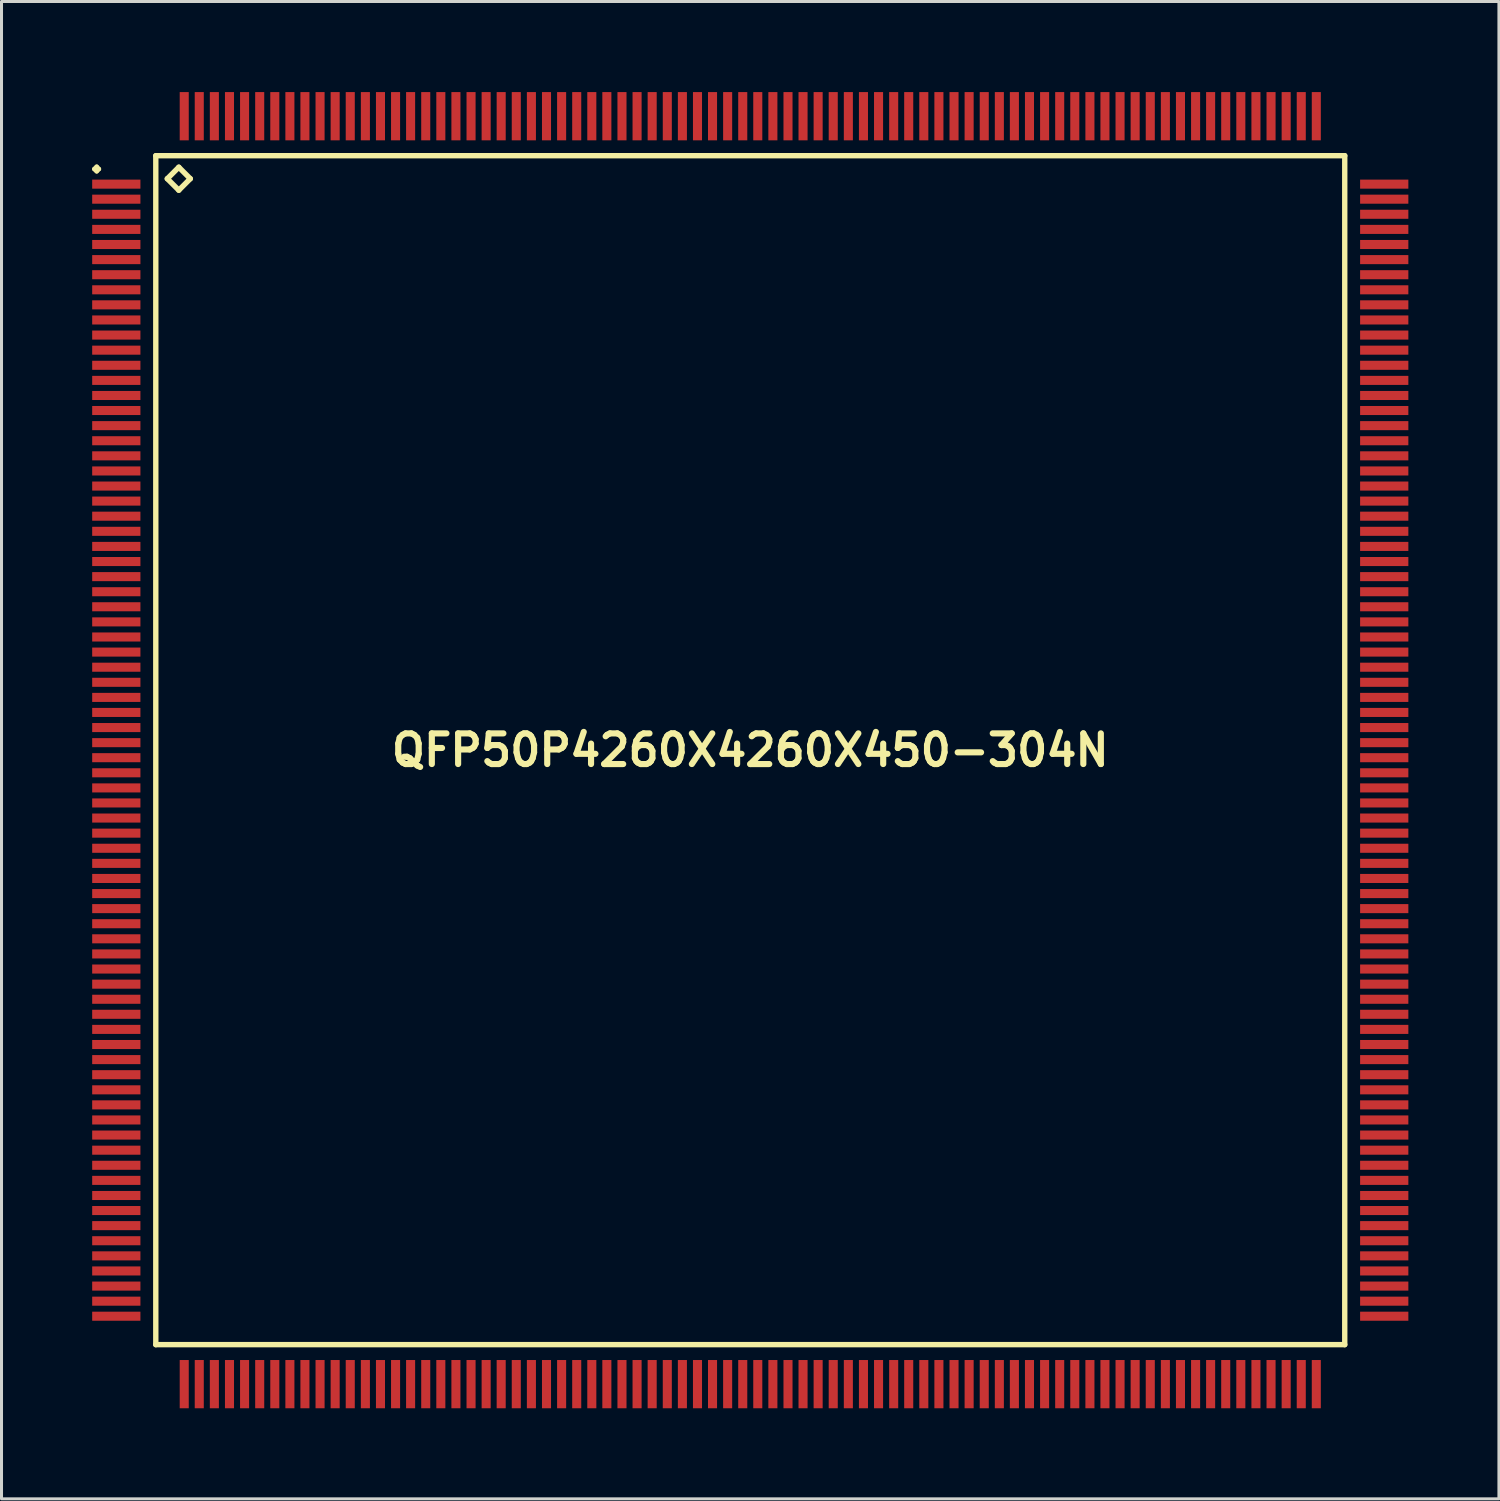
<source format=kicad_pcb>
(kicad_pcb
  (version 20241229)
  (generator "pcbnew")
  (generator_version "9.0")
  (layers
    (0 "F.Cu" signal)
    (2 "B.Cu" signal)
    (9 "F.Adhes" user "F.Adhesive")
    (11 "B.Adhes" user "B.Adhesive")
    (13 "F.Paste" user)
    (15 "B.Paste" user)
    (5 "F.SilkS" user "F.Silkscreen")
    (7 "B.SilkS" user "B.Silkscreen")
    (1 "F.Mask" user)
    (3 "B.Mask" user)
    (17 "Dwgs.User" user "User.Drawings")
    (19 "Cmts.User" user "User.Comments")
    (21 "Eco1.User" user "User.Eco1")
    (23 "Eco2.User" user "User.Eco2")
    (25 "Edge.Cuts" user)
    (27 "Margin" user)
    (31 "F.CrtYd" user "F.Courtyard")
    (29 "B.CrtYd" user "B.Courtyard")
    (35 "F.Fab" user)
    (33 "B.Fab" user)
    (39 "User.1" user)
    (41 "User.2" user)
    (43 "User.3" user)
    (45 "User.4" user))
  (footprint "QFP50P4260X4260X450-304N"
    (layer "F.Cu")
    (at 21.8 21.797)
    (property "Reference" "QFP50P4260X4260X450-304N" (at 0 0 0) (layer "F.SilkS") (effects (font (size 1.016 1.016) (thickness 0.203))))
    (attr smd)
    (fp_line (start -21.725 -19.248) (end -21.648 -19.324) (stroke (width 0.15) (type solid)) (layer "F.SilkS"))
    (fp_line (start -21.648 -19.324) (end -21.575 -19.248) (stroke (width 0.15) (type solid)) (layer "F.SilkS"))
    (fp_line (start -21.648 -19.174) (end -21.725 -19.248) (stroke (width 0.15) (type solid)) (layer "F.SilkS"))
    (fp_line (start -21.575 -19.248) (end -21.648 -19.174) (stroke (width 0.15) (type solid)) (layer "F.SilkS"))
    (fp_line (start -19.69 -19.69) (end -19.69 19.69) (stroke (width 0.178) (type solid)) (layer "F.SilkS"))
    (fp_line (start -19.69 19.69) (end 19.69 19.69) (stroke (width 0.178) (type solid)) (layer "F.SilkS"))
    (fp_line (start -19.309 -18.928) (end -18.928 -19.309) (stroke (width 0.178) (type solid)) (layer "F.SilkS"))
    (fp_line (start -18.928 -19.309) (end -18.547 -18.928) (stroke (width 0.178) (type solid)) (layer "F.SilkS"))
    (fp_line (start -18.928 -18.547) (end -19.309 -18.928) (stroke (width 0.178) (type solid)) (layer "F.SilkS"))
    (fp_line (start -18.547 -18.928) (end -18.928 -18.547) (stroke (width 0.178) (type solid)) (layer "F.SilkS"))
    (fp_line (start 19.69 -19.69) (end -19.69 -19.69) (stroke (width 0.178) (type solid)) (layer "F.SilkS"))
    (fp_line (start 19.69 19.69) (end 19.69 -19.69) (stroke (width 0.178) (type solid)) (layer "F.SilkS"))
    (pad "1" smd rect (at -20.998 -18.748) (size 1.598 0.3) (layers "F.Cu" "F.Mask" "F.Paste"))
    (pad "2" smd rect (at -20.998 -18.25) (size 1.598 0.3) (layers "F.Cu" "F.Mask" "F.Paste"))
    (pad "3" smd rect (at -20.998 -17.75) (size 1.598 0.3) (layers "F.Cu" "F.Mask" "F.Paste"))
    (pad "4" smd rect (at -20.998 -17.249) (size 1.598 0.3) (layers "F.Cu" "F.Mask" "F.Paste"))
    (pad "5" smd rect (at -20.998 -16.749) (size 1.598 0.3) (layers "F.Cu" "F.Mask" "F.Paste"))
    (pad "6" smd rect (at -20.998 -16.248) (size 1.598 0.3) (layers "F.Cu" "F.Mask" "F.Paste"))
    (pad "7" smd rect (at -20.998 -15.748) (size 1.598 0.3) (layers "F.Cu" "F.Mask" "F.Paste"))
    (pad "8" smd rect (at -20.998 -15.248) (size 1.598 0.3) (layers "F.Cu" "F.Mask" "F.Paste"))
    (pad "9" smd rect (at -20.998 -14.75) (size 1.598 0.3) (layers "F.Cu" "F.Mask" "F.Paste"))
    (pad "10" smd rect (at -20.998 -14.249) (size 1.598 0.3) (layers "F.Cu" "F.Mask" "F.Paste"))
    (pad "11" smd rect (at -20.998 -13.749) (size 1.598 0.3) (layers "F.Cu" "F.Mask" "F.Paste"))
    (pad "12" smd rect (at -20.998 -13.249) (size 1.598 0.3) (layers "F.Cu" "F.Mask" "F.Paste"))
    (pad "13" smd rect (at -20.998 -12.748) (size 1.598 0.3) (layers "F.Cu" "F.Mask" "F.Paste"))
    (pad "14" smd rect (at -20.998 -12.248) (size 1.598 0.3) (layers "F.Cu" "F.Mask" "F.Paste"))
    (pad "15" smd rect (at -20.998 -11.748) (size 1.598 0.3) (layers "F.Cu" "F.Mask" "F.Paste"))
    (pad "16" smd rect (at -20.998 -11.25) (size 1.598 0.3) (layers "F.Cu" "F.Mask" "F.Paste"))
    (pad "17" smd rect (at -20.998 -10.749) (size 1.598 0.3) (layers "F.Cu" "F.Mask" "F.Paste"))
    (pad "18" smd rect (at -20.998 -10.249) (size 1.598 0.3) (layers "F.Cu" "F.Mask" "F.Paste"))
    (pad "19" smd rect (at -20.998 -9.749) (size 1.598 0.3) (layers "F.Cu" "F.Mask" "F.Paste"))
    (pad "20" smd rect (at -20.998 -9.248) (size 1.598 0.3) (layers "F.Cu" "F.Mask" "F.Paste"))
    (pad "21" smd rect (at -20.998 -8.748) (size 1.598 0.3) (layers "F.Cu" "F.Mask" "F.Paste"))
    (pad "22" smd rect (at -20.998 -8.25) (size 1.598 0.3) (layers "F.Cu" "F.Mask" "F.Paste"))
    (pad "23" smd rect (at -20.998 -7.75) (size 1.598 0.3) (layers "F.Cu" "F.Mask" "F.Paste"))
    (pad "24" smd rect (at -20.998 -7.249) (size 1.598 0.3) (layers "F.Cu" "F.Mask" "F.Paste"))
    (pad "25" smd rect (at -20.998 -6.749) (size 1.598 0.3) (layers "F.Cu" "F.Mask" "F.Paste"))
    (pad "26" smd rect (at -20.998 -6.248) (size 1.598 0.3) (layers "F.Cu" "F.Mask" "F.Paste"))
    (pad "27" smd rect (at -20.998 -5.748) (size 1.598 0.3) (layers "F.Cu" "F.Mask" "F.Paste"))
    (pad "28" smd rect (at -20.998 -5.248) (size 1.598 0.3) (layers "F.Cu" "F.Mask" "F.Paste"))
    (pad "29" smd rect (at -20.998 -4.75) (size 1.598 0.3) (layers "F.Cu" "F.Mask" "F.Paste"))
    (pad "30" smd rect (at -20.998 -4.249) (size 1.598 0.3) (layers "F.Cu" "F.Mask" "F.Paste"))
    (pad "31" smd rect (at -20.998 -3.749) (size 1.598 0.3) (layers "F.Cu" "F.Mask" "F.Paste"))
    (pad "32" smd rect (at -20.998 -3.249) (size 1.598 0.3) (layers "F.Cu" "F.Mask" "F.Paste"))
    (pad "33" smd rect (at -20.998 -2.748) (size 1.598 0.3) (layers "F.Cu" "F.Mask" "F.Paste"))
    (pad "34" smd rect (at -20.998 -2.248) (size 1.598 0.3) (layers "F.Cu" "F.Mask" "F.Paste"))
    (pad "35" smd rect (at -20.998 -1.748) (size 1.598 0.3) (layers "F.Cu" "F.Mask" "F.Paste"))
    (pad "36" smd rect (at -20.998 -1.25) (size 1.598 0.3) (layers "F.Cu" "F.Mask" "F.Paste"))
    (pad "37" smd rect (at -20.998 -0.749) (size 1.598 0.3) (layers "F.Cu" "F.Mask" "F.Paste"))
    (pad "38" smd rect (at -20.998 -0.249) (size 1.598 0.3) (layers "F.Cu" "F.Mask" "F.Paste"))
    (pad "39" smd rect (at -20.998 0.249) (size 1.598 0.3) (layers "F.Cu" "F.Mask" "F.Paste"))
    (pad "40" smd rect (at -20.998 0.749) (size 1.598 0.3) (layers "F.Cu" "F.Mask" "F.Paste"))
    (pad "41" smd rect (at -20.998 1.25) (size 1.598 0.3) (layers "F.Cu" "F.Mask" "F.Paste"))
    (pad "42" smd rect (at -20.998 1.748) (size 1.598 0.3) (layers "F.Cu" "F.Mask" "F.Paste"))
    (pad "43" smd rect (at -20.998 2.248) (size 1.598 0.3) (layers "F.Cu" "F.Mask" "F.Paste"))
    (pad "44" smd rect (at -20.998 2.748) (size 1.598 0.3) (layers "F.Cu" "F.Mask" "F.Paste"))
    (pad "45" smd rect (at -20.998 3.249) (size 1.598 0.3) (layers "F.Cu" "F.Mask" "F.Paste"))
    (pad "46" smd rect (at -20.998 3.749) (size 1.598 0.3) (layers "F.Cu" "F.Mask" "F.Paste"))
    (pad "47" smd rect (at -20.998 4.249) (size 1.598 0.3) (layers "F.Cu" "F.Mask" "F.Paste"))
    (pad "48" smd rect (at -20.998 4.75) (size 1.598 0.3) (layers "F.Cu" "F.Mask" "F.Paste"))
    (pad "49" smd rect (at -20.998 5.248) (size 1.598 0.3) (layers "F.Cu" "F.Mask" "F.Paste"))
    (pad "50" smd rect (at -20.998 5.748) (size 1.598 0.3) (layers "F.Cu" "F.Mask" "F.Paste"))
    (pad "51" smd rect (at -20.998 6.248) (size 1.598 0.3) (layers "F.Cu" "F.Mask" "F.Paste"))
    (pad "52" smd rect (at -20.998 6.749) (size 1.598 0.3) (layers "F.Cu" "F.Mask" "F.Paste"))
    (pad "53" smd rect (at -20.998 7.249) (size 1.598 0.3) (layers "F.Cu" "F.Mask" "F.Paste"))
    (pad "54" smd rect (at -20.998 7.75) (size 1.598 0.3) (layers "F.Cu" "F.Mask" "F.Paste"))
    (pad "55" smd rect (at -20.998 8.25) (size 1.598 0.3) (layers "F.Cu" "F.Mask" "F.Paste"))
    (pad "56" smd rect (at -20.998 8.748) (size 1.598 0.3) (layers "F.Cu" "F.Mask" "F.Paste"))
    (pad "57" smd rect (at -20.998 9.248) (size 1.598 0.3) (layers "F.Cu" "F.Mask" "F.Paste"))
    (pad "58" smd rect (at -20.998 9.749) (size 1.598 0.3) (layers "F.Cu" "F.Mask" "F.Paste"))
    (pad "59" smd rect (at -20.998 10.249) (size 1.598 0.3) (layers "F.Cu" "F.Mask" "F.Paste"))
    (pad "60" smd rect (at -20.998 10.749) (size 1.598 0.3) (layers "F.Cu" "F.Mask" "F.Paste"))
    (pad "61" smd rect (at -20.998 11.25) (size 1.598 0.3) (layers "F.Cu" "F.Mask" "F.Paste"))
    (pad "62" smd rect (at -20.998 11.748) (size 1.598 0.3) (layers "F.Cu" "F.Mask" "F.Paste"))
    (pad "63" smd rect (at -20.998 12.248) (size 1.598 0.3) (layers "F.Cu" "F.Mask" "F.Paste"))
    (pad "64" smd rect (at -20.998 12.748) (size 1.598 0.3) (layers "F.Cu" "F.Mask" "F.Paste"))
    (pad "65" smd rect (at -20.998 13.249) (size 1.598 0.3) (layers "F.Cu" "F.Mask" "F.Paste"))
    (pad "66" smd rect (at -20.998 13.749) (size 1.598 0.3) (layers "F.Cu" "F.Mask" "F.Paste"))
    (pad "67" smd rect (at -20.998 14.249) (size 1.598 0.3) (layers "F.Cu" "F.Mask" "F.Paste"))
    (pad "68" smd rect (at -20.998 14.75) (size 1.598 0.3) (layers "F.Cu" "F.Mask" "F.Paste"))
    (pad "69" smd rect (at -20.998 15.248) (size 1.598 0.3) (layers "F.Cu" "F.Mask" "F.Paste"))
    (pad "70" smd rect (at -20.998 15.748) (size 1.598 0.3) (layers "F.Cu" "F.Mask" "F.Paste"))
    (pad "71" smd rect (at -20.998 16.248) (size 1.598 0.3) (layers "F.Cu" "F.Mask" "F.Paste"))
    (pad "72" smd rect (at -20.998 16.749) (size 1.598 0.3) (layers "F.Cu" "F.Mask" "F.Paste"))
    (pad "73" smd rect (at -20.998 17.249) (size 1.598 0.3) (layers "F.Cu" "F.Mask" "F.Paste"))
    (pad "74" smd rect (at -20.998 17.75) (size 1.598 0.3) (layers "F.Cu" "F.Mask" "F.Paste"))
    (pad "75" smd rect (at -20.998 18.25) (size 1.598 0.3) (layers "F.Cu" "F.Mask" "F.Paste"))
    (pad "76" smd rect (at -20.998 18.748) (size 1.598 0.3) (layers "F.Cu" "F.Mask" "F.Paste"))
    (pad "77" smd rect (at -18.748 20.998) (size 0.3 1.598) (layers "F.Cu" "F.Mask" "F.Paste"))
    (pad "78" smd rect (at -18.25 20.998) (size 0.3 1.598) (layers "F.Cu" "F.Mask" "F.Paste"))
    (pad "79" smd rect (at -17.75 20.998) (size 0.3 1.598) (layers "F.Cu" "F.Mask" "F.Paste"))
    (pad "80" smd rect (at -17.249 20.998) (size 0.3 1.598) (layers "F.Cu" "F.Mask" "F.Paste"))
    (pad "81" smd rect (at -16.749 20.998) (size 0.3 1.598) (layers "F.Cu" "F.Mask" "F.Paste"))
    (pad "82" smd rect (at -16.248 20.998) (size 0.3 1.598) (layers "F.Cu" "F.Mask" "F.Paste"))
    (pad "83" smd rect (at -15.748 20.998) (size 0.3 1.598) (layers "F.Cu" "F.Mask" "F.Paste"))
    (pad "84" smd rect (at -15.248 20.998) (size 0.3 1.598) (layers "F.Cu" "F.Mask" "F.Paste"))
    (pad "85" smd rect (at -14.75 20.998) (size 0.3 1.598) (layers "F.Cu" "F.Mask" "F.Paste"))
    (pad "86" smd rect (at -14.249 20.998) (size 0.3 1.598) (layers "F.Cu" "F.Mask" "F.Paste"))
    (pad "87" smd rect (at -13.749 20.998) (size 0.3 1.598) (layers "F.Cu" "F.Mask" "F.Paste"))
    (pad "88" smd rect (at -13.249 20.998) (size 0.3 1.598) (layers "F.Cu" "F.Mask" "F.Paste"))
    (pad "89" smd rect (at -12.748 20.998) (size 0.3 1.598) (layers "F.Cu" "F.Mask" "F.Paste"))
    (pad "90" smd rect (at -12.248 20.998) (size 0.3 1.598) (layers "F.Cu" "F.Mask" "F.Paste"))
    (pad "91" smd rect (at -11.748 20.998) (size 0.3 1.598) (layers "F.Cu" "F.Mask" "F.Paste"))
    (pad "92" smd rect (at -11.25 20.998) (size 0.3 1.598) (layers "F.Cu" "F.Mask" "F.Paste"))
    (pad "93" smd rect (at -10.749 20.998) (size 0.3 1.598) (layers "F.Cu" "F.Mask" "F.Paste"))
    (pad "94" smd rect (at -10.249 20.998) (size 0.3 1.598) (layers "F.Cu" "F.Mask" "F.Paste"))
    (pad "95" smd rect (at -9.749 20.998) (size 0.3 1.598) (layers "F.Cu" "F.Mask" "F.Paste"))
    (pad "96" smd rect (at -9.248 20.998) (size 0.3 1.598) (layers "F.Cu" "F.Mask" "F.Paste"))
    (pad "97" smd rect (at -8.748 20.998) (size 0.3 1.598) (layers "F.Cu" "F.Mask" "F.Paste"))
    (pad "98" smd rect (at -8.25 20.998) (size 0.3 1.598) (layers "F.Cu" "F.Mask" "F.Paste"))
    (pad "99" smd rect (at -7.75 20.998) (size 0.3 1.598) (layers "F.Cu" "F.Mask" "F.Paste"))
    (pad "100" smd rect (at -7.249 20.998) (size 0.3 1.598) (layers "F.Cu" "F.Mask" "F.Paste"))
    (pad "101" smd rect (at -6.749 20.998) (size 0.3 1.598) (layers "F.Cu" "F.Mask" "F.Paste"))
    (pad "102" smd rect (at -6.248 20.998) (size 0.3 1.598) (layers "F.Cu" "F.Mask" "F.Paste"))
    (pad "103" smd rect (at -5.748 20.998) (size 0.3 1.598) (layers "F.Cu" "F.Mask" "F.Paste"))
    (pad "104" smd rect (at -5.248 20.998) (size 0.3 1.598) (layers "F.Cu" "F.Mask" "F.Paste"))
    (pad "105" smd rect (at -4.75 20.998) (size 0.3 1.598) (layers "F.Cu" "F.Mask" "F.Paste"))
    (pad "106" smd rect (at -4.249 20.998) (size 0.3 1.598) (layers "F.Cu" "F.Mask" "F.Paste"))
    (pad "107" smd rect (at -3.749 20.998) (size 0.3 1.598) (layers "F.Cu" "F.Mask" "F.Paste"))
    (pad "108" smd rect (at -3.249 20.998) (size 0.3 1.598) (layers "F.Cu" "F.Mask" "F.Paste"))
    (pad "109" smd rect (at -2.748 20.998) (size 0.3 1.598) (layers "F.Cu" "F.Mask" "F.Paste"))
    (pad "110" smd rect (at -2.248 20.998) (size 0.3 1.598) (layers "F.Cu" "F.Mask" "F.Paste"))
    (pad "111" smd rect (at -1.748 20.998) (size 0.3 1.598) (layers "F.Cu" "F.Mask" "F.Paste"))
    (pad "112" smd rect (at -1.25 20.998) (size 0.3 1.598) (layers "F.Cu" "F.Mask" "F.Paste"))
    (pad "113" smd rect (at -0.749 20.998) (size 0.3 1.598) (layers "F.Cu" "F.Mask" "F.Paste"))
    (pad "114" smd rect (at -0.249 20.998) (size 0.3 1.598) (layers "F.Cu" "F.Mask" "F.Paste"))
    (pad "115" smd rect (at 0.249 20.998) (size 0.3 1.598) (layers "F.Cu" "F.Mask" "F.Paste"))
    (pad "116" smd rect (at 0.749 20.998) (size 0.3 1.598) (layers "F.Cu" "F.Mask" "F.Paste"))
    (pad "117" smd rect (at 1.25 20.998) (size 0.3 1.598) (layers "F.Cu" "F.Mask" "F.Paste"))
    (pad "118" smd rect (at 1.748 20.998) (size 0.3 1.598) (layers "F.Cu" "F.Mask" "F.Paste"))
    (pad "119" smd rect (at 2.248 20.998) (size 0.3 1.598) (layers "F.Cu" "F.Mask" "F.Paste"))
    (pad "120" smd rect (at 2.748 20.998) (size 0.3 1.598) (layers "F.Cu" "F.Mask" "F.Paste"))
    (pad "121" smd rect (at 3.249 20.998) (size 0.3 1.598) (layers "F.Cu" "F.Mask" "F.Paste"))
    (pad "122" smd rect (at 3.749 20.998) (size 0.3 1.598) (layers "F.Cu" "F.Mask" "F.Paste"))
    (pad "123" smd rect (at 4.249 20.998) (size 0.3 1.598) (layers "F.Cu" "F.Mask" "F.Paste"))
    (pad "124" smd rect (at 4.75 20.998) (size 0.3 1.598) (layers "F.Cu" "F.Mask" "F.Paste"))
    (pad "125" smd rect (at 5.248 20.998) (size 0.3 1.598) (layers "F.Cu" "F.Mask" "F.Paste"))
    (pad "126" smd rect (at 5.748 20.998) (size 0.3 1.598) (layers "F.Cu" "F.Mask" "F.Paste"))
    (pad "127" smd rect (at 6.248 20.998) (size 0.3 1.598) (layers "F.Cu" "F.Mask" "F.Paste"))
    (pad "128" smd rect (at 6.749 20.998) (size 0.3 1.598) (layers "F.Cu" "F.Mask" "F.Paste"))
    (pad "129" smd rect (at 7.249 20.998) (size 0.3 1.598) (layers "F.Cu" "F.Mask" "F.Paste"))
    (pad "130" smd rect (at 7.75 20.998) (size 0.3 1.598) (layers "F.Cu" "F.Mask" "F.Paste"))
    (pad "131" smd rect (at 8.25 20.998) (size 0.3 1.598) (layers "F.Cu" "F.Mask" "F.Paste"))
    (pad "132" smd rect (at 8.748 20.998) (size 0.3 1.598) (layers "F.Cu" "F.Mask" "F.Paste"))
    (pad "133" smd rect (at 9.248 20.998) (size 0.3 1.598) (layers "F.Cu" "F.Mask" "F.Paste"))
    (pad "134" smd rect (at 9.749 20.998) (size 0.3 1.598) (layers "F.Cu" "F.Mask" "F.Paste"))
    (pad "135" smd rect (at 10.249 20.998) (size 0.3 1.598) (layers "F.Cu" "F.Mask" "F.Paste"))
    (pad "136" smd rect (at 10.749 20.998) (size 0.3 1.598) (layers "F.Cu" "F.Mask" "F.Paste"))
    (pad "137" smd rect (at 11.25 20.998) (size 0.3 1.598) (layers "F.Cu" "F.Mask" "F.Paste"))
    (pad "138" smd rect (at 11.748 20.998) (size 0.3 1.598) (layers "F.Cu" "F.Mask" "F.Paste"))
    (pad "139" smd rect (at 12.248 20.998) (size 0.3 1.598) (layers "F.Cu" "F.Mask" "F.Paste"))
    (pad "140" smd rect (at 12.748 20.998) (size 0.3 1.598) (layers "F.Cu" "F.Mask" "F.Paste"))
    (pad "141" smd rect (at 13.249 20.998) (size 0.3 1.598) (layers "F.Cu" "F.Mask" "F.Paste"))
    (pad "142" smd rect (at 13.749 20.998) (size 0.3 1.598) (layers "F.Cu" "F.Mask" "F.Paste"))
    (pad "143" smd rect (at 14.249 20.998) (size 0.3 1.598) (layers "F.Cu" "F.Mask" "F.Paste"))
    (pad "144" smd rect (at 14.75 20.998) (size 0.3 1.598) (layers "F.Cu" "F.Mask" "F.Paste"))
    (pad "145" smd rect (at 15.248 20.998) (size 0.3 1.598) (layers "F.Cu" "F.Mask" "F.Paste"))
    (pad "146" smd rect (at 15.748 20.998) (size 0.3 1.598) (layers "F.Cu" "F.Mask" "F.Paste"))
    (pad "147" smd rect (at 16.248 20.998) (size 0.3 1.598) (layers "F.Cu" "F.Mask" "F.Paste"))
    (pad "148" smd rect (at 16.749 20.998) (size 0.3 1.598) (layers "F.Cu" "F.Mask" "F.Paste"))
    (pad "149" smd rect (at 17.249 20.998) (size 0.3 1.598) (layers "F.Cu" "F.Mask" "F.Paste"))
    (pad "150" smd rect (at 17.75 20.998) (size 0.3 1.598) (layers "F.Cu" "F.Mask" "F.Paste"))
    (pad "151" smd rect (at 18.25 20.998) (size 0.3 1.598) (layers "F.Cu" "F.Mask" "F.Paste"))
    (pad "152" smd rect (at 18.748 20.998) (size 0.3 1.598) (layers "F.Cu" "F.Mask" "F.Paste"))
    (pad "153" smd rect (at 20.998 18.748) (size 1.598 0.3) (layers "F.Cu" "F.Mask" "F.Paste"))
    (pad "154" smd rect (at 20.998 18.25) (size 1.598 0.3) (layers "F.Cu" "F.Mask" "F.Paste"))
    (pad "155" smd rect (at 20.998 17.75) (size 1.598 0.3) (layers "F.Cu" "F.Mask" "F.Paste"))
    (pad "156" smd rect (at 20.998 17.249) (size 1.598 0.3) (layers "F.Cu" "F.Mask" "F.Paste"))
    (pad "157" smd rect (at 20.998 16.749) (size 1.598 0.3) (layers "F.Cu" "F.Mask" "F.Paste"))
    (pad "158" smd rect (at 20.998 16.248) (size 1.598 0.3) (layers "F.Cu" "F.Mask" "F.Paste"))
    (pad "159" smd rect (at 20.998 15.748) (size 1.598 0.3) (layers "F.Cu" "F.Mask" "F.Paste"))
    (pad "160" smd rect (at 20.998 15.248) (size 1.598 0.3) (layers "F.Cu" "F.Mask" "F.Paste"))
    (pad "161" smd rect (at 20.998 14.75) (size 1.598 0.3) (layers "F.Cu" "F.Mask" "F.Paste"))
    (pad "162" smd rect (at 20.998 14.249) (size 1.598 0.3) (layers "F.Cu" "F.Mask" "F.Paste"))
    (pad "163" smd rect (at 20.998 13.749) (size 1.598 0.3) (layers "F.Cu" "F.Mask" "F.Paste"))
    (pad "164" smd rect (at 20.998 13.249) (size 1.598 0.3) (layers "F.Cu" "F.Mask" "F.Paste"))
    (pad "165" smd rect (at 20.998 12.748) (size 1.598 0.3) (layers "F.Cu" "F.Mask" "F.Paste"))
    (pad "166" smd rect (at 20.998 12.248) (size 1.598 0.3) (layers "F.Cu" "F.Mask" "F.Paste"))
    (pad "167" smd rect (at 20.998 11.748) (size 1.598 0.3) (layers "F.Cu" "F.Mask" "F.Paste"))
    (pad "168" smd rect (at 20.998 11.25) (size 1.598 0.3) (layers "F.Cu" "F.Mask" "F.Paste"))
    (pad "169" smd rect (at 20.998 10.749) (size 1.598 0.3) (layers "F.Cu" "F.Mask" "F.Paste"))
    (pad "170" smd rect (at 20.998 10.249) (size 1.598 0.3) (layers "F.Cu" "F.Mask" "F.Paste"))
    (pad "171" smd rect (at 20.998 9.749) (size 1.598 0.3) (layers "F.Cu" "F.Mask" "F.Paste"))
    (pad "172" smd rect (at 20.998 9.248) (size 1.598 0.3) (layers "F.Cu" "F.Mask" "F.Paste"))
    (pad "173" smd rect (at 20.998 8.748) (size 1.598 0.3) (layers "F.Cu" "F.Mask" "F.Paste"))
    (pad "174" smd rect (at 20.998 8.25) (size 1.598 0.3) (layers "F.Cu" "F.Mask" "F.Paste"))
    (pad "175" smd rect (at 20.998 7.75) (size 1.598 0.3) (layers "F.Cu" "F.Mask" "F.Paste"))
    (pad "176" smd rect (at 20.998 7.249) (size 1.598 0.3) (layers "F.Cu" "F.Mask" "F.Paste"))
    (pad "177" smd rect (at 20.998 6.749) (size 1.598 0.3) (layers "F.Cu" "F.Mask" "F.Paste"))
    (pad "178" smd rect (at 20.998 6.248) (size 1.598 0.3) (layers "F.Cu" "F.Mask" "F.Paste"))
    (pad "179" smd rect (at 20.998 5.748) (size 1.598 0.3) (layers "F.Cu" "F.Mask" "F.Paste"))
    (pad "180" smd rect (at 20.998 5.248) (size 1.598 0.3) (layers "F.Cu" "F.Mask" "F.Paste"))
    (pad "181" smd rect (at 20.998 4.75) (size 1.598 0.3) (layers "F.Cu" "F.Mask" "F.Paste"))
    (pad "182" smd rect (at 20.998 4.249) (size 1.598 0.3) (layers "F.Cu" "F.Mask" "F.Paste"))
    (pad "183" smd rect (at 20.998 3.749) (size 1.598 0.3) (layers "F.Cu" "F.Mask" "F.Paste"))
    (pad "184" smd rect (at 20.998 3.249) (size 1.598 0.3) (layers "F.Cu" "F.Mask" "F.Paste"))
    (pad "185" smd rect (at 20.998 2.748) (size 1.598 0.3) (layers "F.Cu" "F.Mask" "F.Paste"))
    (pad "186" smd rect (at 20.998 2.248) (size 1.598 0.3) (layers "F.Cu" "F.Mask" "F.Paste"))
    (pad "187" smd rect (at 20.998 1.748) (size 1.598 0.3) (layers "F.Cu" "F.Mask" "F.Paste"))
    (pad "188" smd rect (at 20.998 1.25) (size 1.598 0.3) (layers "F.Cu" "F.Mask" "F.Paste"))
    (pad "189" smd rect (at 20.998 0.749) (size 1.598 0.3) (layers "F.Cu" "F.Mask" "F.Paste"))
    (pad "190" smd rect (at 20.998 0.249) (size 1.598 0.3) (layers "F.Cu" "F.Mask" "F.Paste"))
    (pad "191" smd rect (at 20.998 -0.249) (size 1.598 0.3) (layers "F.Cu" "F.Mask" "F.Paste"))
    (pad "192" smd rect (at 20.998 -0.749) (size 1.598 0.3) (layers "F.Cu" "F.Mask" "F.Paste"))
    (pad "193" smd rect (at 20.998 -1.25) (size 1.598 0.3) (layers "F.Cu" "F.Mask" "F.Paste"))
    (pad "194" smd rect (at 20.998 -1.748) (size 1.598 0.3) (layers "F.Cu" "F.Mask" "F.Paste"))
    (pad "195" smd rect (at 20.998 -2.248) (size 1.598 0.3) (layers "F.Cu" "F.Mask" "F.Paste"))
    (pad "196" smd rect (at 20.998 -2.748) (size 1.598 0.3) (layers "F.Cu" "F.Mask" "F.Paste"))
    (pad "197" smd rect (at 20.998 -3.249) (size 1.598 0.3) (layers "F.Cu" "F.Mask" "F.Paste"))
    (pad "198" smd rect (at 20.998 -3.749) (size 1.598 0.3) (layers "F.Cu" "F.Mask" "F.Paste"))
    (pad "199" smd rect (at 20.998 -4.249) (size 1.598 0.3) (layers "F.Cu" "F.Mask" "F.Paste"))
    (pad "200" smd rect (at 20.998 -4.75) (size 1.598 0.3) (layers "F.Cu" "F.Mask" "F.Paste"))
    (pad "201" smd rect (at 20.998 -5.248) (size 1.598 0.3) (layers "F.Cu" "F.Mask" "F.Paste"))
    (pad "202" smd rect (at 20.998 -5.748) (size 1.598 0.3) (layers "F.Cu" "F.Mask" "F.Paste"))
    (pad "203" smd rect (at 20.998 -6.248) (size 1.598 0.3) (layers "F.Cu" "F.Mask" "F.Paste"))
    (pad "204" smd rect (at 20.998 -6.749) (size 1.598 0.3) (layers "F.Cu" "F.Mask" "F.Paste"))
    (pad "205" smd rect (at 20.998 -7.249) (size 1.598 0.3) (layers "F.Cu" "F.Mask" "F.Paste"))
    (pad "206" smd rect (at 20.998 -7.75) (size 1.598 0.3) (layers "F.Cu" "F.Mask" "F.Paste"))
    (pad "207" smd rect (at 20.998 -8.25) (size 1.598 0.3) (layers "F.Cu" "F.Mask" "F.Paste"))
    (pad "208" smd rect (at 20.998 -8.748) (size 1.598 0.3) (layers "F.Cu" "F.Mask" "F.Paste"))
    (pad "209" smd rect (at 20.998 -9.248) (size 1.598 0.3) (layers "F.Cu" "F.Mask" "F.Paste"))
    (pad "210" smd rect (at 20.998 -9.749) (size 1.598 0.3) (layers "F.Cu" "F.Mask" "F.Paste"))
    (pad "211" smd rect (at 20.998 -10.249) (size 1.598 0.3) (layers "F.Cu" "F.Mask" "F.Paste"))
    (pad "212" smd rect (at 20.998 -10.749) (size 1.598 0.3) (layers "F.Cu" "F.Mask" "F.Paste"))
    (pad "213" smd rect (at 20.998 -11.25) (size 1.598 0.3) (layers "F.Cu" "F.Mask" "F.Paste"))
    (pad "214" smd rect (at 20.998 -11.748) (size 1.598 0.3) (layers "F.Cu" "F.Mask" "F.Paste"))
    (pad "215" smd rect (at 20.998 -12.248) (size 1.598 0.3) (layers "F.Cu" "F.Mask" "F.Paste"))
    (pad "216" smd rect (at 20.998 -12.748) (size 1.598 0.3) (layers "F.Cu" "F.Mask" "F.Paste"))
    (pad "217" smd rect (at 20.998 -13.249) (size 1.598 0.3) (layers "F.Cu" "F.Mask" "F.Paste"))
    (pad "218" smd rect (at 20.998 -13.749) (size 1.598 0.3) (layers "F.Cu" "F.Mask" "F.Paste"))
    (pad "219" smd rect (at 20.998 -14.249) (size 1.598 0.3) (layers "F.Cu" "F.Mask" "F.Paste"))
    (pad "220" smd rect (at 20.998 -14.75) (size 1.598 0.3) (layers "F.Cu" "F.Mask" "F.Paste"))
    (pad "221" smd rect (at 20.998 -15.248) (size 1.598 0.3) (layers "F.Cu" "F.Mask" "F.Paste"))
    (pad "222" smd rect (at 20.998 -15.748) (size 1.598 0.3) (layers "F.Cu" "F.Mask" "F.Paste"))
    (pad "223" smd rect (at 20.998 -16.248) (size 1.598 0.3) (layers "F.Cu" "F.Mask" "F.Paste"))
    (pad "224" smd rect (at 20.998 -16.749) (size 1.598 0.3) (layers "F.Cu" "F.Mask" "F.Paste"))
    (pad "225" smd rect (at 20.998 -17.249) (size 1.598 0.3) (layers "F.Cu" "F.Mask" "F.Paste"))
    (pad "226" smd rect (at 20.998 -17.75) (size 1.598 0.3) (layers "F.Cu" "F.Mask" "F.Paste"))
    (pad "227" smd rect (at 20.998 -18.25) (size 1.598 0.3) (layers "F.Cu" "F.Mask" "F.Paste"))
    (pad "228" smd rect (at 20.998 -18.748) (size 1.598 0.3) (layers "F.Cu" "F.Mask" "F.Paste"))
    (pad "229" smd rect (at 18.748 -20.998) (size 0.3 1.598) (layers "F.Cu" "F.Mask" "F.Paste"))
    (pad "230" smd rect (at 18.25 -20.998) (size 0.3 1.598) (layers "F.Cu" "F.Mask" "F.Paste"))
    (pad "231" smd rect (at 17.75 -20.998) (size 0.3 1.598) (layers "F.Cu" "F.Mask" "F.Paste"))
    (pad "232" smd rect (at 17.249 -20.998) (size 0.3 1.598) (layers "F.Cu" "F.Mask" "F.Paste"))
    (pad "233" smd rect (at 16.749 -20.998) (size 0.3 1.598) (layers "F.Cu" "F.Mask" "F.Paste"))
    (pad "234" smd rect (at 16.248 -20.998) (size 0.3 1.598) (layers "F.Cu" "F.Mask" "F.Paste"))
    (pad "235" smd rect (at 15.748 -20.998) (size 0.3 1.598) (layers "F.Cu" "F.Mask" "F.Paste"))
    (pad "236" smd rect (at 15.248 -20.998) (size 0.3 1.598) (layers "F.Cu" "F.Mask" "F.Paste"))
    (pad "237" smd rect (at 14.75 -20.998) (size 0.3 1.598) (layers "F.Cu" "F.Mask" "F.Paste"))
    (pad "238" smd rect (at 14.249 -20.998) (size 0.3 1.598) (layers "F.Cu" "F.Mask" "F.Paste"))
    (pad "239" smd rect (at 13.749 -20.998) (size 0.3 1.598) (layers "F.Cu" "F.Mask" "F.Paste"))
    (pad "240" smd rect (at 13.249 -20.998) (size 0.3 1.598) (layers "F.Cu" "F.Mask" "F.Paste"))
    (pad "241" smd rect (at 12.748 -20.998) (size 0.3 1.598) (layers "F.Cu" "F.Mask" "F.Paste"))
    (pad "242" smd rect (at 12.248 -20.998) (size 0.3 1.598) (layers "F.Cu" "F.Mask" "F.Paste"))
    (pad "243" smd rect (at 11.748 -20.998) (size 0.3 1.598) (layers "F.Cu" "F.Mask" "F.Paste"))
    (pad "244" smd rect (at 11.25 -20.998) (size 0.3 1.598) (layers "F.Cu" "F.Mask" "F.Paste"))
    (pad "245" smd rect (at 10.749 -20.998) (size 0.3 1.598) (layers "F.Cu" "F.Mask" "F.Paste"))
    (pad "246" smd rect (at 10.249 -20.998) (size 0.3 1.598) (layers "F.Cu" "F.Mask" "F.Paste"))
    (pad "247" smd rect (at 9.749 -20.998) (size 0.3 1.598) (layers "F.Cu" "F.Mask" "F.Paste"))
    (pad "248" smd rect (at 9.248 -20.998) (size 0.3 1.598) (layers "F.Cu" "F.Mask" "F.Paste"))
    (pad "249" smd rect (at 8.748 -20.998) (size 0.3 1.598) (layers "F.Cu" "F.Mask" "F.Paste"))
    (pad "250" smd rect (at 8.25 -20.998) (size 0.3 1.598) (layers "F.Cu" "F.Mask" "F.Paste"))
    (pad "251" smd rect (at 7.75 -20.998) (size 0.3 1.598) (layers "F.Cu" "F.Mask" "F.Paste"))
    (pad "252" smd rect (at 7.249 -20.998) (size 0.3 1.598) (layers "F.Cu" "F.Mask" "F.Paste"))
    (pad "253" smd rect (at 6.749 -20.998) (size 0.3 1.598) (layers "F.Cu" "F.Mask" "F.Paste"))
    (pad "254" smd rect (at 6.248 -20.998) (size 0.3 1.598) (layers "F.Cu" "F.Mask" "F.Paste"))
    (pad "255" smd rect (at 5.748 -20.998) (size 0.3 1.598) (layers "F.Cu" "F.Mask" "F.Paste"))
    (pad "256" smd rect (at 5.248 -20.998) (size 0.3 1.598) (layers "F.Cu" "F.Mask" "F.Paste"))
    (pad "257" smd rect (at 4.75 -20.998) (size 0.3 1.598) (layers "F.Cu" "F.Mask" "F.Paste"))
    (pad "258" smd rect (at 4.249 -20.998) (size 0.3 1.598) (layers "F.Cu" "F.Mask" "F.Paste"))
    (pad "259" smd rect (at 3.749 -20.998) (size 0.3 1.598) (layers "F.Cu" "F.Mask" "F.Paste"))
    (pad "260" smd rect (at 3.249 -20.998) (size 0.3 1.598) (layers "F.Cu" "F.Mask" "F.Paste"))
    (pad "261" smd rect (at 2.748 -20.998) (size 0.3 1.598) (layers "F.Cu" "F.Mask" "F.Paste"))
    (pad "262" smd rect (at 2.248 -20.998) (size 0.3 1.598) (layers "F.Cu" "F.Mask" "F.Paste"))
    (pad "263" smd rect (at 1.748 -20.998) (size 0.3 1.598) (layers "F.Cu" "F.Mask" "F.Paste"))
    (pad "264" smd rect (at 1.25 -20.998) (size 0.3 1.598) (layers "F.Cu" "F.Mask" "F.Paste"))
    (pad "265" smd rect (at 0.749 -20.998) (size 0.3 1.598) (layers "F.Cu" "F.Mask" "F.Paste"))
    (pad "266" smd rect (at 0.249 -20.998) (size 0.3 1.598) (layers "F.Cu" "F.Mask" "F.Paste"))
    (pad "267" smd rect (at -0.249 -20.998) (size 0.3 1.598) (layers "F.Cu" "F.Mask" "F.Paste"))
    (pad "268" smd rect (at -0.749 -20.998) (size 0.3 1.598) (layers "F.Cu" "F.Mask" "F.Paste"))
    (pad "269" smd rect (at -1.25 -20.998) (size 0.3 1.598) (layers "F.Cu" "F.Mask" "F.Paste"))
    (pad "270" smd rect (at -1.748 -20.998) (size 0.3 1.598) (layers "F.Cu" "F.Mask" "F.Paste"))
    (pad "271" smd rect (at -2.248 -20.998) (size 0.3 1.598) (layers "F.Cu" "F.Mask" "F.Paste"))
    (pad "272" smd rect (at -2.748 -20.998) (size 0.3 1.598) (layers "F.Cu" "F.Mask" "F.Paste"))
    (pad "273" smd rect (at -3.249 -20.998) (size 0.3 1.598) (layers "F.Cu" "F.Mask" "F.Paste"))
    (pad "274" smd rect (at -3.749 -20.998) (size 0.3 1.598) (layers "F.Cu" "F.Mask" "F.Paste"))
    (pad "275" smd rect (at -4.249 -20.998) (size 0.3 1.598) (layers "F.Cu" "F.Mask" "F.Paste"))
    (pad "276" smd rect (at -4.75 -20.998) (size 0.3 1.598) (layers "F.Cu" "F.Mask" "F.Paste"))
    (pad "277" smd rect (at -5.248 -20.998) (size 0.3 1.598) (layers "F.Cu" "F.Mask" "F.Paste"))
    (pad "278" smd rect (at -5.748 -20.998) (size 0.3 1.598) (layers "F.Cu" "F.Mask" "F.Paste"))
    (pad "279" smd rect (at -6.248 -20.998) (size 0.3 1.598) (layers "F.Cu" "F.Mask" "F.Paste"))
    (pad "280" smd rect (at -6.749 -20.998) (size 0.3 1.598) (layers "F.Cu" "F.Mask" "F.Paste"))
    (pad "281" smd rect (at -7.249 -20.998) (size 0.3 1.598) (layers "F.Cu" "F.Mask" "F.Paste"))
    (pad "282" smd rect (at -7.75 -20.998) (size 0.3 1.598) (layers "F.Cu" "F.Mask" "F.Paste"))
    (pad "283" smd rect (at -8.25 -20.998) (size 0.3 1.598) (layers "F.Cu" "F.Mask" "F.Paste"))
    (pad "284" smd rect (at -8.748 -20.998) (size 0.3 1.598) (layers "F.Cu" "F.Mask" "F.Paste"))
    (pad "285" smd rect (at -9.248 -20.998) (size 0.3 1.598) (layers "F.Cu" "F.Mask" "F.Paste"))
    (pad "286" smd rect (at -9.749 -20.998) (size 0.3 1.598) (layers "F.Cu" "F.Mask" "F.Paste"))
    (pad "287" smd rect (at -10.249 -20.998) (size 0.3 1.598) (layers "F.Cu" "F.Mask" "F.Paste"))
    (pad "288" smd rect (at -10.749 -20.998) (size 0.3 1.598) (layers "F.Cu" "F.Mask" "F.Paste"))
    (pad "289" smd rect (at -11.25 -20.998) (size 0.3 1.598) (layers "F.Cu" "F.Mask" "F.Paste"))
    (pad "290" smd rect (at -11.748 -20.998) (size 0.3 1.598) (layers "F.Cu" "F.Mask" "F.Paste"))
    (pad "291" smd rect (at -12.248 -20.998) (size 0.3 1.598) (layers "F.Cu" "F.Mask" "F.Paste"))
    (pad "292" smd rect (at -12.748 -20.998) (size 0.3 1.598) (layers "F.Cu" "F.Mask" "F.Paste"))
    (pad "293" smd rect (at -13.249 -20.998) (size 0.3 1.598) (layers "F.Cu" "F.Mask" "F.Paste"))
    (pad "294" smd rect (at -13.749 -20.998) (size 0.3 1.598) (layers "F.Cu" "F.Mask" "F.Paste"))
    (pad "295" smd rect (at -14.249 -20.998) (size 0.3 1.598) (layers "F.Cu" "F.Mask" "F.Paste"))
    (pad "296" smd rect (at -14.75 -20.998) (size 0.3 1.598) (layers "F.Cu" "F.Mask" "F.Paste"))
    (pad "297" smd rect (at -15.248 -20.998) (size 0.3 1.598) (layers "F.Cu" "F.Mask" "F.Paste"))
    (pad "298" smd rect (at -15.748 -20.998) (size 0.3 1.598) (layers "F.Cu" "F.Mask" "F.Paste"))
    (pad "299" smd rect (at -16.248 -20.998) (size 0.3 1.598) (layers "F.Cu" "F.Mask" "F.Paste"))
    (pad "300" smd rect (at -16.749 -20.998) (size 0.3 1.598) (layers "F.Cu" "F.Mask" "F.Paste"))
    (pad "301" smd rect (at -17.249 -20.998) (size 0.3 1.598) (layers "F.Cu" "F.Mask" "F.Paste"))
    (pad "302" smd rect (at -17.75 -20.998) (size 0.3 1.598) (layers "F.Cu" "F.Mask" "F.Paste"))
    (pad "303" smd rect (at -18.25 -20.998) (size 0.3 1.598) (layers "F.Cu" "F.Mask" "F.Paste"))
    (pad "304" smd rect (at -18.748 -20.998) (size 0.3 1.598) (layers "F.Cu" "F.Mask" "F.Paste")))
  (gr_rect
    (start -3 -3)
    (end 46.597 46.594)
    (stroke (width 0.1) (type default))
    (fill no)
    (layer "Edge.Cuts")))
</source>
